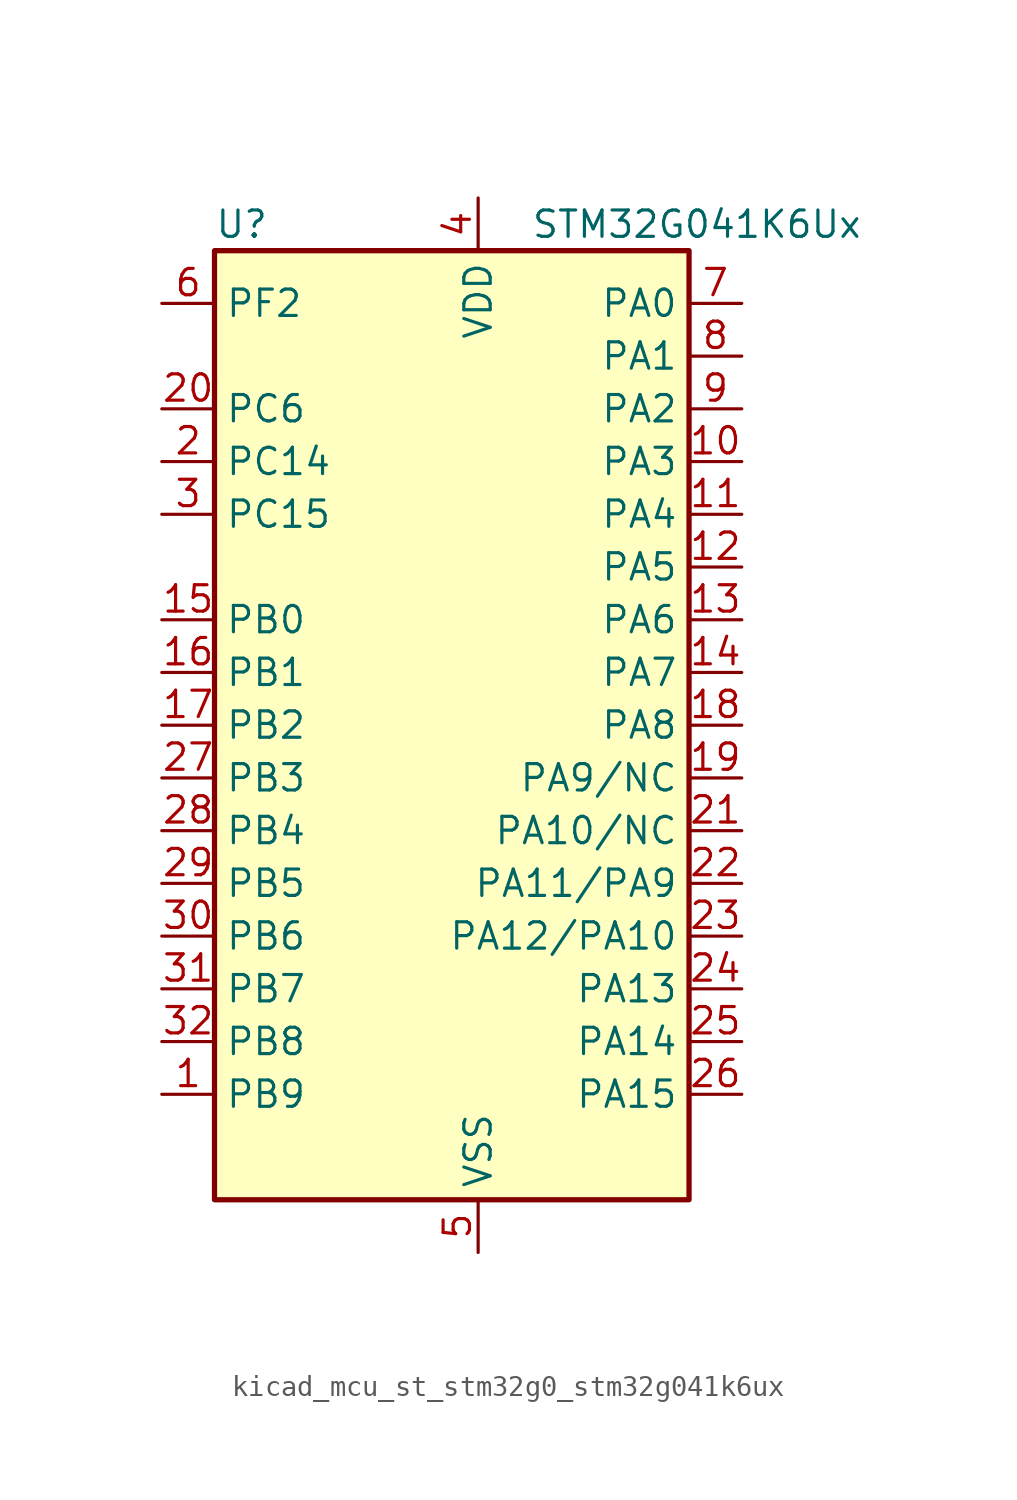
<source format=kicad_sym>
(kicad_symbol_lib
  (version 20220914)
  (generator kicad_symbol_editor)
  (symbol "kicad_mcu_st_stm32g0_stm32g041k6ux"
    (property "Reference" "U"
      (at -10.16 24.13 0)
      (effects (font (size 1.27 1.27)) (justify left)))
    (property "Value" "STM32G041K6Ux"
      (at 5.08 24.13 0)
      (effects (font (size 1.27 1.27)) (justify left)))
    (property "ki_locked" ""
      (at 0 0 0)
      (effects (font (size 1.27 1.27))))
    (symbol "kicad_mcu_st_stm32g0_stm32g041k6ux_0_1"
      (rectangle (start -10.16 -22.86) (end 12.7 22.86) (stroke (width 0.254) (type default)) (fill (type background))))
    (symbol "kicad_mcu_st_stm32g0_stm32g041k6ux_1_1"
      (pin bidirectional line (at -12.7 -17.78 0) (length 2.54) (name "PB9" (effects (font (size 1.27 1.27)))) (number "1" (effects (font (size 1.27 1.27)))) (alternate "I2C1_SDA" bidirectional line) (alternate "IR_OUT" bidirectional line) (alternate "SPI2_NSS" bidirectional line) (alternate "TIM17_CH1" bidirectional line))
      (pin bidirectional line (at 15.24 12.7 180) (length 2.54) (name "PA3" (effects (font (size 1.27 1.27)))) (number "10" (effects (font (size 1.27 1.27)))) (alternate "ADC1_IN3" bidirectional line) (alternate "LPUART1_RX" bidirectional line) (alternate "SPI2_MISO" bidirectional line) (alternate "TIM2_CH4" bidirectional line) (alternate "USART2_RX" bidirectional line))
      (pin bidirectional line (at 15.24 10.16 180) (length 2.54) (name "PA4" (effects (font (size 1.27 1.27)))) (number "11" (effects (font (size 1.27 1.27)))) (alternate "ADC1_IN4" bidirectional line) (alternate "I2S1_WS" bidirectional line) (alternate "LPTIM2_OUT" bidirectional line) (alternate "RTC_OUT_ALARM" bidirectional line) (alternate "RTC_OUT_CALIB" bidirectional line) (alternate "RTC_TAMP_IN1" bidirectional line) (alternate "RTC_TS" bidirectional line) (alternate "SPI1_NSS" bidirectional line) (alternate "SPI2_MOSI" bidirectional line) (alternate "SYS_WKUP2" bidirectional line) (alternate "TIM14_CH1" bidirectional line))
      (pin bidirectional line (at 15.24 7.62 180) (length 2.54) (name "PA5" (effects (font (size 1.27 1.27)))) (number "12" (effects (font (size 1.27 1.27)))) (alternate "ADC1_IN5" bidirectional line) (alternate "I2S1_CK" bidirectional line) (alternate "LPTIM2_ETR" bidirectional line) (alternate "SPI1_SCK" bidirectional line) (alternate "TIM2_CH1" bidirectional line) (alternate "TIM2_ETR" bidirectional line))
      (pin bidirectional line (at 15.24 5.08 180) (length 2.54) (name "PA6" (effects (font (size 1.27 1.27)))) (number "13" (effects (font (size 1.27 1.27)))) (alternate "ADC1_IN6" bidirectional line) (alternate "I2S1_MCK" bidirectional line) (alternate "LPUART1_CTS" bidirectional line) (alternate "SPI1_MISO" bidirectional line) (alternate "TIM16_CH1" bidirectional line) (alternate "TIM1_BK" bidirectional line) (alternate "TIM3_CH1" bidirectional line))
      (pin bidirectional line (at 15.24 2.54 180) (length 2.54) (name "PA7" (effects (font (size 1.27 1.27)))) (number "14" (effects (font (size 1.27 1.27)))) (alternate "ADC1_IN7" bidirectional line) (alternate "I2S1_SD" bidirectional line) (alternate "SPI1_MOSI" bidirectional line) (alternate "TIM14_CH1" bidirectional line) (alternate "TIM17_CH1" bidirectional line) (alternate "TIM1_CH1N" bidirectional line) (alternate "TIM3_CH2" bidirectional line))
      (pin bidirectional line (at -12.7 5.08 0) (length 2.54) (name "PB0" (effects (font (size 1.27 1.27)))) (number "15" (effects (font (size 1.27 1.27)))) (alternate "ADC1_IN8" bidirectional line) (alternate "I2S1_WS" bidirectional line) (alternate "LPTIM1_OUT" bidirectional line) (alternate "SPI1_NSS" bidirectional line) (alternate "TIM1_CH2N" bidirectional line) (alternate "TIM3_CH3" bidirectional line))
      (pin bidirectional line (at -12.7 2.54 0) (length 2.54) (name "PB1" (effects (font (size 1.27 1.27)))) (number "16" (effects (font (size 1.27 1.27)))) (alternate "ADC1_IN9" bidirectional line) (alternate "LPTIM2_IN1" bidirectional line) (alternate "LPUART1_DE" bidirectional line) (alternate "LPUART1_RTS" bidirectional line) (alternate "TIM14_CH1" bidirectional line) (alternate "TIM1_CH3N" bidirectional line) (alternate "TIM3_CH4" bidirectional line))
      (pin bidirectional line (at -12.7 0 0) (length 2.54) (name "PB2" (effects (font (size 1.27 1.27)))) (number "17" (effects (font (size 1.27 1.27)))) (alternate "ADC1_IN10" bidirectional line) (alternate "LPTIM1_OUT" bidirectional line) (alternate "SPI2_MISO" bidirectional line))
      (pin bidirectional line (at 15.24 0 180) (length 2.54) (name "PA8" (effects (font (size 1.27 1.27)))) (number "18" (effects (font (size 1.27 1.27)))) (alternate "LPTIM2_OUT" bidirectional line) (alternate "RCC_MCO" bidirectional line) (alternate "SPI2_NSS" bidirectional line) (alternate "TIM1_CH1" bidirectional line))
      (pin bidirectional line (at 15.24 -2.54 180) (length 2.54) (name "PA9/NC" (effects (font (size 1.27 1.27)))) (number "19" (effects (font (size 1.27 1.27)))) (alternate "I2C1_SCL" bidirectional line) (alternate "RCC_MCO" bidirectional line) (alternate "SPI2_MISO" bidirectional line) (alternate "TIM1_CH2" bidirectional line) (alternate "USART1_TX" bidirectional line))
      (pin bidirectional line (at -12.7 12.7 0) (length 2.54) (name "PC14" (effects (font (size 1.27 1.27)))) (number "2" (effects (font (size 1.27 1.27)))) (alternate "RCC_OSC32_IN" bidirectional line) (alternate "RCC_OSC_IN" bidirectional line) (alternate "TIM1_BK2" bidirectional line))
      (pin bidirectional line (at -12.7 15.24 0) (length 2.54) (name "PC6" (effects (font (size 1.27 1.27)))) (number "20" (effects (font (size 1.27 1.27)))) (alternate "TIM2_CH3" bidirectional line) (alternate "TIM3_CH1" bidirectional line))
      (pin bidirectional line (at 15.24 -5.08 180) (length 2.54) (name "PA10/NC" (effects (font (size 1.27 1.27)))) (number "21" (effects (font (size 1.27 1.27)))) (alternate "I2C1_SDA" bidirectional line) (alternate "SPI2_MOSI" bidirectional line) (alternate "TIM17_BK" bidirectional line) (alternate "TIM1_CH3" bidirectional line) (alternate "USART1_RX" bidirectional line))
      (pin bidirectional line (at 15.24 -7.62 180) (length 2.54) (name "PA11/PA9" (effects (font (size 1.27 1.27)))) (number "22" (effects (font (size 1.27 1.27)))) (alternate "ADC1_EXTI11" bidirectional line) (alternate "ADC1_IN15" bidirectional line) (alternate "I2C2_SCL" bidirectional line) (alternate "I2S1_MCK" bidirectional line) (alternate "SPI1_MISO" bidirectional line) (alternate "TIM1_BK2" bidirectional line) (alternate "TIM1_CH4" bidirectional line) (alternate "USART1_CTS" bidirectional line) (alternate "USART1_NSS" bidirectional line))
      (pin bidirectional line (at 15.24 -10.16 180) (length 2.54) (name "PA12/PA10" (effects (font (size 1.27 1.27)))) (number "23" (effects (font (size 1.27 1.27)))) (alternate "ADC1_IN16" bidirectional line) (alternate "I2C2_SDA" bidirectional line) (alternate "I2S1_SD" bidirectional line) (alternate "I2S_CKIN" bidirectional line) (alternate "SPI1_MOSI" bidirectional line) (alternate "TIM1_ETR" bidirectional line) (alternate "USART1_CK" bidirectional line) (alternate "USART1_DE" bidirectional line) (alternate "USART1_RTS" bidirectional line))
      (pin bidirectional line (at 15.24 -12.7 180) (length 2.54) (name "PA13" (effects (font (size 1.27 1.27)))) (number "24" (effects (font (size 1.27 1.27)))) (alternate "ADC1_IN17" bidirectional line) (alternate "IR_OUT" bidirectional line) (alternate "SYS_SWDIO" bidirectional line))
      (pin bidirectional line (at 15.24 -15.24 180) (length 2.54) (name "PA14" (effects (font (size 1.27 1.27)))) (number "25" (effects (font (size 1.27 1.27)))) (alternate "ADC1_IN18" bidirectional line) (alternate "SYS_SWCLK" bidirectional line) (alternate "USART2_TX" bidirectional line))
      (pin bidirectional line (at 15.24 -17.78 180) (length 2.54) (name "PA15" (effects (font (size 1.27 1.27)))) (number "26" (effects (font (size 1.27 1.27)))) (alternate "I2S1_WS" bidirectional line) (alternate "SPI1_NSS" bidirectional line) (alternate "TIM2_CH1" bidirectional line) (alternate "TIM2_ETR" bidirectional line) (alternate "USART2_RX" bidirectional line))
      (pin bidirectional line (at -12.7 -2.54 0) (length 2.54) (name "PB3" (effects (font (size 1.27 1.27)))) (number "27" (effects (font (size 1.27 1.27)))) (alternate "I2S1_CK" bidirectional line) (alternate "SPI1_SCK" bidirectional line) (alternate "TIM1_CH2" bidirectional line) (alternate "TIM2_CH2" bidirectional line) (alternate "USART1_CK" bidirectional line) (alternate "USART1_DE" bidirectional line) (alternate "USART1_RTS" bidirectional line))
      (pin bidirectional line (at -12.7 -5.08 0) (length 2.54) (name "PB4" (effects (font (size 1.27 1.27)))) (number "28" (effects (font (size 1.27 1.27)))) (alternate "I2S1_MCK" bidirectional line) (alternate "SPI1_MISO" bidirectional line) (alternate "TIM17_BK" bidirectional line) (alternate "TIM3_CH1" bidirectional line) (alternate "USART1_CTS" bidirectional line) (alternate "USART1_NSS" bidirectional line))
      (pin bidirectional line (at -12.7 -7.62 0) (length 2.54) (name "PB5" (effects (font (size 1.27 1.27)))) (number "29" (effects (font (size 1.27 1.27)))) (alternate "I2C1_SMBA" bidirectional line) (alternate "I2S1_SD" bidirectional line) (alternate "LPTIM1_IN1" bidirectional line) (alternate "SPI1_MOSI" bidirectional line) (alternate "SYS_WKUP6" bidirectional line) (alternate "TIM16_BK" bidirectional line) (alternate "TIM3_CH2" bidirectional line))
      (pin bidirectional line (at -12.7 10.16 0) (length 2.54) (name "PC15" (effects (font (size 1.27 1.27)))) (number "3" (effects (font (size 1.27 1.27)))) (alternate "RCC_OSC32_EN" bidirectional line) (alternate "RCC_OSC32_OUT" bidirectional line) (alternate "RCC_OSC_EN" bidirectional line))
      (pin bidirectional line (at -12.7 -10.16 0) (length 2.54) (name "PB6" (effects (font (size 1.27 1.27)))) (number "30" (effects (font (size 1.27 1.27)))) (alternate "I2C1_SCL" bidirectional line) (alternate "LPTIM1_ETR" bidirectional line) (alternate "SPI2_MISO" bidirectional line) (alternate "TIM16_CH1N" bidirectional line) (alternate "TIM1_CH3" bidirectional line) (alternate "USART1_TX" bidirectional line))
      (pin bidirectional line (at -12.7 -12.7 0) (length 2.54) (name "PB7" (effects (font (size 1.27 1.27)))) (number "31" (effects (font (size 1.27 1.27)))) (alternate "ADC1_IN11" bidirectional line) (alternate "I2C1_SDA" bidirectional line) (alternate "LPTIM1_IN2" bidirectional line) (alternate "SPI2_MOSI" bidirectional line) (alternate "SYS_PVD_IN" bidirectional line) (alternate "TIM17_CH1N" bidirectional line) (alternate "USART1_RX" bidirectional line))
      (pin bidirectional line (at -12.7 -15.24 0) (length 2.54) (name "PB8" (effects (font (size 1.27 1.27)))) (number "32" (effects (font (size 1.27 1.27)))) (alternate "I2C1_SCL" bidirectional line) (alternate "SPI2_SCK" bidirectional line) (alternate "TIM16_CH1" bidirectional line))
      (pin passive line (at 2.54 -25.4 90) (length 2.54) hide (name "VSS" (effects (font (size 1.27 1.27)))) (number "33" (effects (font (size 1.27 1.27)))))
      (pin power_in line (at 2.54 25.4 270) (length 2.54) (name "VDD" (effects (font (size 1.27 1.27)))) (number "4" (effects (font (size 1.27 1.27)))))
      (pin power_in line (at 2.54 -25.4 90) (length 2.54) (name "VSS" (effects (font (size 1.27 1.27)))) (number "5" (effects (font (size 1.27 1.27)))))
      (pin bidirectional line (at -12.7 20.32 0) (length 2.54) (name "PF2" (effects (font (size 1.27 1.27)))) (number "6" (effects (font (size 1.27 1.27)))) (alternate "RCC_MCO" bidirectional line))
      (pin bidirectional line (at 15.24 20.32 180) (length 2.54) (name "PA0" (effects (font (size 1.27 1.27)))) (number "7" (effects (font (size 1.27 1.27)))) (alternate "ADC1_IN0" bidirectional line) (alternate "LPTIM1_OUT" bidirectional line) (alternate "RTC_TAMP_IN2" bidirectional line) (alternate "SPI2_SCK" bidirectional line) (alternate "SYS_WKUP1" bidirectional line) (alternate "TIM2_CH1" bidirectional line) (alternate "TIM2_ETR" bidirectional line) (alternate "USART2_CTS" bidirectional line) (alternate "USART2_NSS" bidirectional line))
      (pin bidirectional line (at 15.24 17.78 180) (length 2.54) (name "PA1" (effects (font (size 1.27 1.27)))) (number "8" (effects (font (size 1.27 1.27)))) (alternate "ADC1_IN1" bidirectional line) (alternate "I2C1_SMBA" bidirectional line) (alternate "I2S1_CK" bidirectional line) (alternate "SPI1_SCK" bidirectional line) (alternate "TIM2_CH2" bidirectional line) (alternate "USART2_CK" bidirectional line) (alternate "USART2_DE" bidirectional line) (alternate "USART2_RTS" bidirectional line))
      (pin bidirectional line (at 15.24 15.24 180) (length 2.54) (name "PA2" (effects (font (size 1.27 1.27)))) (number "9" (effects (font (size 1.27 1.27)))) (alternate "ADC1_IN2" bidirectional line) (alternate "I2S1_SD" bidirectional line) (alternate "LPUART1_TX" bidirectional line) (alternate "RCC_LSCO" bidirectional line) (alternate "SPI1_MOSI" bidirectional line) (alternate "SYS_WKUP4" bidirectional line) (alternate "TIM2_CH3" bidirectional line) (alternate "USART2_TX" bidirectional line)))))
</source>
